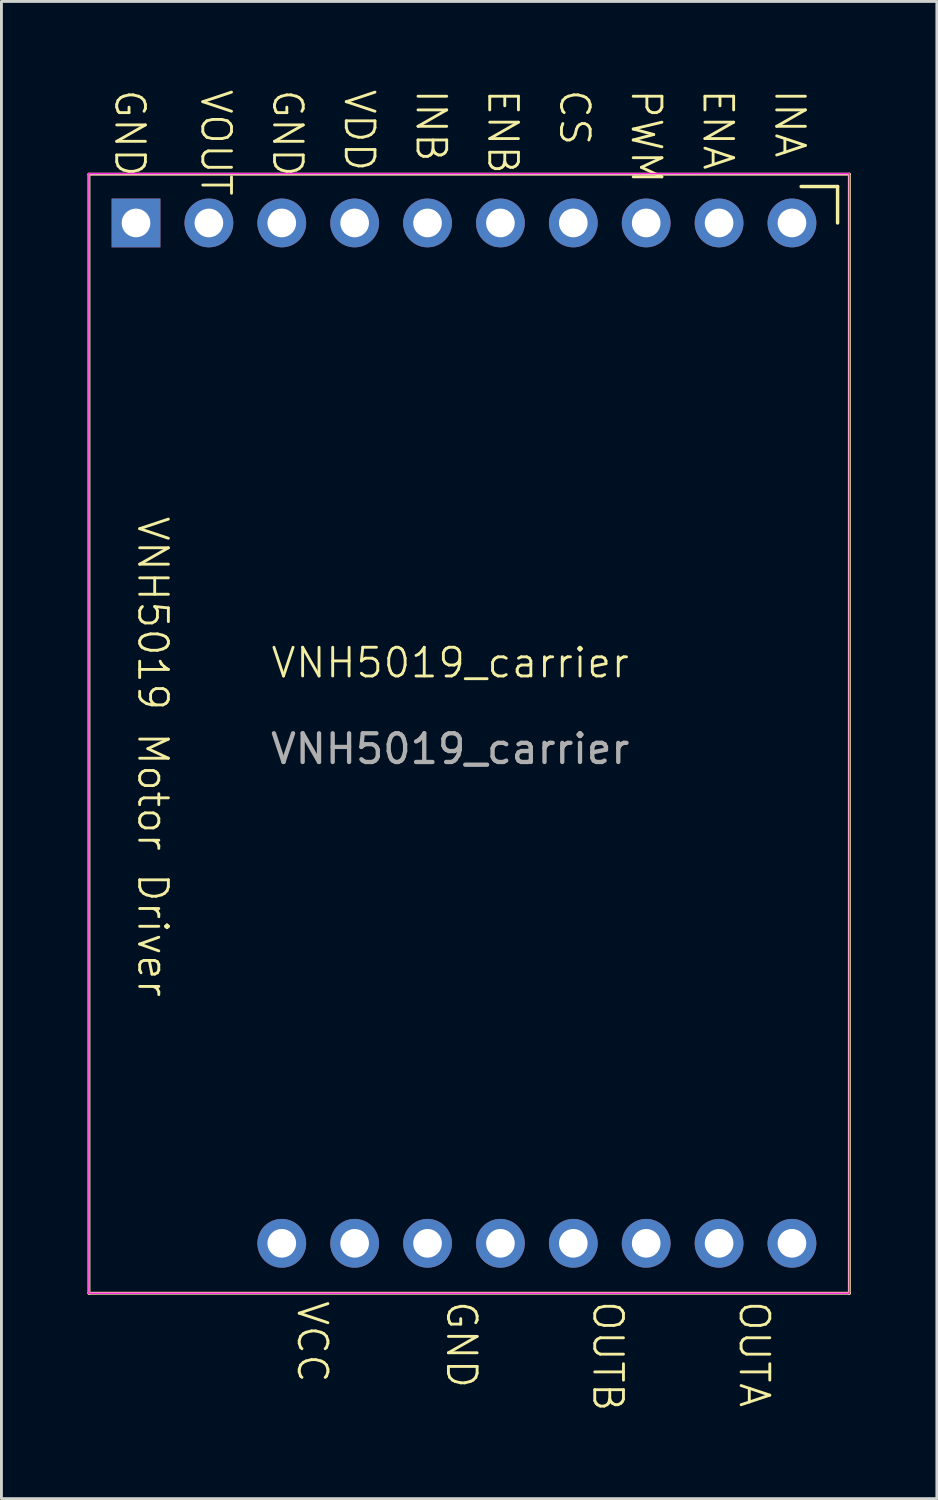
<source format=kicad_pcb>
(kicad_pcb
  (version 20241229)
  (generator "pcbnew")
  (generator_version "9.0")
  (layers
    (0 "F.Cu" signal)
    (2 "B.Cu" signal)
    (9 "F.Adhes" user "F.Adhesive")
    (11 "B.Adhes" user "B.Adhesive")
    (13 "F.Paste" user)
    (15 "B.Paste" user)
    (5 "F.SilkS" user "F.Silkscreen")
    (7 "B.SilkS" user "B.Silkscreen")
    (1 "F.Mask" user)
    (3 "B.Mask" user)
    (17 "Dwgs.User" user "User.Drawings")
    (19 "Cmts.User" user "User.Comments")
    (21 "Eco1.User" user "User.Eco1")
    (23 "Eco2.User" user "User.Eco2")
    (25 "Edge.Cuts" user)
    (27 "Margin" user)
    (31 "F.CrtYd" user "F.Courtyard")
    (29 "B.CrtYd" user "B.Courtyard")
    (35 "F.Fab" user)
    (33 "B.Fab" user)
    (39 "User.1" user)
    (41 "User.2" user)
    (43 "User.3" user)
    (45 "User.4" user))
  (footprint "VNH5019_carrier"
    (layer "F.Cu")
    (at 14.05 22.72)
    (property "Reference" "VNH5019_carrier" (at -1.41 -2.67 0) (unlocked yes) (layer "F.SilkS") (effects (font (size 1 1) (thickness 0.1))))
    (attr through_hole)
    (fp_line (start -14 -19.7) (end -14 19.3) (stroke (width 0.1) (type default)) (layer "F.SilkS"))
    (fp_line (start -14 -19.7) (end 12.5 -19.7) (stroke (width 0.1) (type default)) (layer "F.SilkS"))
    (fp_line (start 10.82 -19.27) (end 12.09 -19.27) (stroke (width 0.12) (type solid)) (layer "F.SilkS"))
    (fp_line (start 12.09 -19.27) (end 12.09 -18) (stroke (width 0.12) (type solid)) (layer "F.SilkS"))
    (fp_line (start 12.5 -19.7) (end 12.5 19.3) (stroke (width 0.1) (type default)) (layer "F.SilkS"))
    (fp_line (start 12.5 19.3) (end -14 19.3) (stroke (width 0.1) (type default)) (layer "F.SilkS"))
    (fp_line (start -14 -19.72) (end -14 19.3) (stroke (width 0.05) (type solid)) (layer "F.CrtYd"))
    (fp_line (start 12.5 -19.72) (end -14 -19.72) (stroke (width 0.05) (type solid)) (layer "F.CrtYd"))
    (fp_line (start 12.5 19.3) (end -14 19.3) (stroke (width 0.05) (type solid)) (layer "F.CrtYd"))
    (fp_line (start 12.5 19.3) (end 12.5 -19.72) (stroke (width 0.05) (type solid)) (layer "F.CrtYd"))
    (fp_text user "VNH5019 Motor Driver" (at -12.36 -7.84 270) (unlocked yes) (layer "F.SilkS") (effects (font (size 1 1) (thickness 0.1)) (justify left bottom)))
    (fp_text user "VDD" (at -5.16 -22.72 270) (unlocked yes) (layer "F.SilkS") (effects (font (size 1 1) (thickness 0.1)) (justify left bottom)))
    (fp_text user "ENB" (at -0.16 -22.72 270) (unlocked yes) (layer "F.SilkS") (effects (font (size 1 1) (thickness 0.1)) (justify left bottom)))
    (fp_text user "PWM" (at 4.84 -22.72 270) (unlocked yes) (layer "F.SilkS") (effects (font (size 1 1) (thickness 0.1)) (justify left bottom)))
    (fp_text user "CS" (at 2.34 -22.72 270) (unlocked yes) (layer "F.SilkS") (effects (font (size 1 1) (thickness 0.1)) (justify left bottom)))
    (fp_text user "OUTB" (at 3.5 19.5 270) (unlocked yes) (layer "F.SilkS") (effects (font (size 1 1) (thickness 0.1)) (justify left bottom)))
    (fp_text user "ENA" (at 7.34 -22.72 270) (unlocked yes) (layer "F.SilkS") (effects (font (size 1 1) (thickness 0.1)) (justify left bottom)))
    (fp_text user "INA" (at 9.84 -22.72 270) (unlocked yes) (layer "F.SilkS") (effects (font (size 1 1) (thickness 0.1)) (justify left bottom)))
    (fp_text user "GND" (at -7.66 -22.72 270) (unlocked yes) (layer "F.SilkS") (effects (font (size 1 1) (thickness 0.1)) (justify left bottom)))
    (fp_text user "VCC" (at -6.8 19.5 270) (unlocked yes) (layer "F.SilkS") (effects (font (size 1 1) (thickness 0.1)) (justify left bottom)))
    (fp_text user "GND" (at -1.6 19.5 270) (unlocked yes) (layer "F.SilkS") (effects (font (size 1 1) (thickness 0.1)) (justify left bottom)))
    (fp_text user "INB" (at -2.66 -22.72 270) (unlocked yes) (layer "F.SilkS") (effects (font (size 1 1) (thickness 0.1)) (justify left bottom)))
    (fp_text user "VOUT" (at -10.16 -22.72 270) (unlocked yes) (layer "F.SilkS") (effects (font (size 1 1) (thickness 0.1)) (justify left bottom)))
    (fp_text user "OUTA" (at 8.6 19.5 270) (unlocked yes) (layer "F.SilkS") (effects (font (size 1 1) (thickness 0.1)) (justify left bottom)))
    (fp_text user "GND" (at -13.16 -22.72 270) (unlocked yes) (layer "F.SilkS") (effects (font (size 1 1) (thickness 0.1)) (justify left bottom)))
    (fp_text user "${REFERENCE}" (at -1.41 0.33 0) (unlocked yes) (layer "F.Fab") (effects (font (size 1 1) (thickness 0.15))))
    (pad "1" thru_hole circle (at 10.5 -18 270) (size 1.7 1.7) (drill 1) (layers "*.Cu" "*.Mask"))
    (pad "2" thru_hole circle (at 7.96 -18 270) (size 1.7 1.7) (drill 1) (layers "*.Cu" "*.Mask"))
    (pad "3" thru_hole circle (at 5.42 -18 270) (size 1.7 1.7) (drill 1) (layers "*.Cu" "*.Mask"))
    (pad "4" thru_hole circle (at 2.88 -18 270) (size 1.7 1.7) (drill 1) (layers "*.Cu" "*.Mask"))
    (pad "5" thru_hole circle (at 0.34 -18 270) (size 1.7 1.7) (drill 1) (layers "*.Cu" "*.Mask"))
    (pad "6" thru_hole circle (at -2.2 -18 270) (size 1.7 1.7) (drill 1) (layers "*.Cu" "*.Mask"))
    (pad "7" thru_hole circle (at -4.74 -18 270) (size 1.7 1.7) (drill 1) (layers "*.Cu" "*.Mask"))
    (pad "8" thru_hole circle (at -7.28 -18 270) (size 1.7 1.7) (drill 1) (layers "*.Cu" "*.Mask"))
    (pad "9" thru_hole circle (at -9.82 -18 270) (size 1.7 1.7) (drill 1) (layers "*.Cu" "*.Mask"))
    (pad "10" thru_hole rect (at -12.36 -18 270) (size 1.7 1.7) (drill 1) (layers "*.Cu" "*.Mask"))
    (pad "11" thru_hole circle (at 10.5 17.56 270) (size 1.7 1.7) (drill 1) (layers "*.Cu" "*.Mask"))
    (pad "12" thru_hole circle (at 7.96 17.56 270) (size 1.7 1.7) (drill 1) (layers "*.Cu" "*.Mask"))
    (pad "13" thru_hole circle (at 5.42 17.56 270) (size 1.7 1.7) (drill 1) (layers "*.Cu" "*.Mask"))
    (pad "14" thru_hole circle (at 2.88 17.56 270) (size 1.7 1.7) (drill 1) (layers "*.Cu" "*.Mask"))
    (pad "15" thru_hole circle (at 0.34 17.56 270) (size 1.7 1.7) (drill 1) (layers "*.Cu" "*.Mask"))
    (pad "16" thru_hole circle (at -2.2 17.56 270) (size 1.7 1.7) (drill 1) (layers "*.Cu" "*.Mask"))
    (pad "17" thru_hole circle (at -4.74 17.56 270) (size 1.7 1.7) (drill 1) (layers "*.Cu" "*.Mask"))
    (pad "18" thru_hole circle (at -7.28 17.56 270) (size 1.7 1.7) (drill 1) (layers "*.Cu" "*.Mask")))
  (gr_rect
    (start -3 -3)
    (end 29.6 49.177)
    (stroke (width 0.1) (type default))
    (fill no)
    (layer "Edge.Cuts")))
</source>
